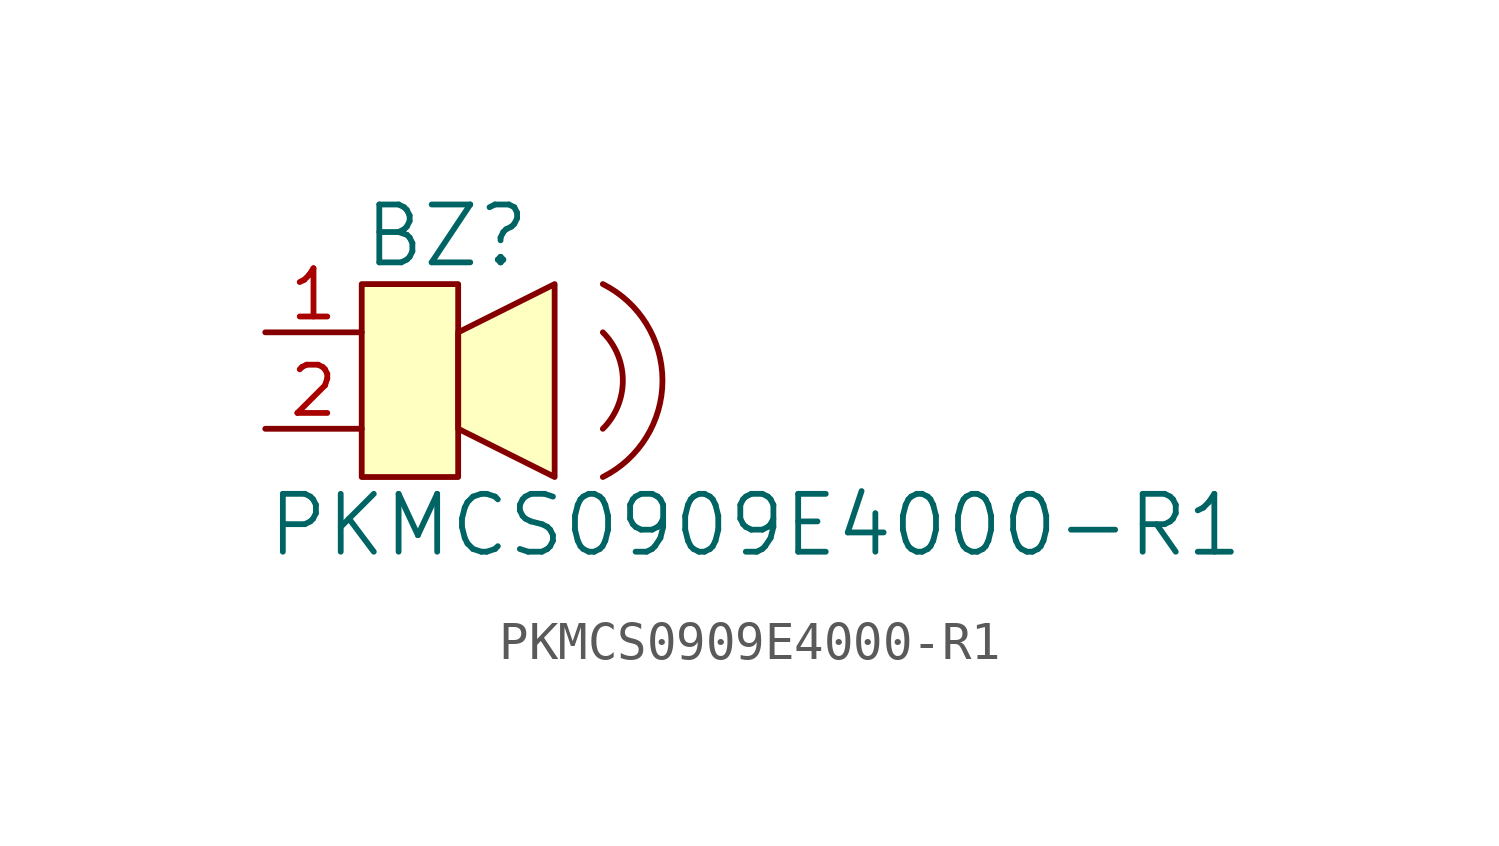
<source format=kicad_sym>
(kicad_symbol_lib
  (version 20201005)
  (generator kicad_symbol_editor)
  (symbol "PKMCS0909E4000-R1"
    (pin_names
      (offset 0.025))
    (property "Reference" "BZ"
      (at 0 5.08 0)
      (effects (font (size 1.524 1.524)) (justify left)))
    (property "Value" "PKMCS0909E4000-R1"
      (at -2.54 -2.54 0)
      (effects (font (size 1.524 1.524)) (justify left)))
    (symbol "PKMCS0909E4000-R1_0_1"
      (arc (start 6.35 2.54) (end 6.35 0) (radius (at 5.08 1.27) (length 1.8034) (angles 45 -45)) (stroke (width 0)) (fill (type none)))
      (arc (start 6.35 3.81) (end 6.35 -1.27) (radius (at 5.08 1.27) (length 2.8448) (angles 63.4 -63.4)) (stroke (width 0)) (fill (type none)))
      (rectangle (start 0 3.81) (end 2.54 -1.27) (stroke (width 0)) (fill (type background)))
      (polyline (pts (xy 2.54 2.54) (xy 5.08 3.81) (xy 5.08 -1.27) (xy 2.54 0) (xy 2.54 2.54)) (stroke (width 0)) (fill (type background))))
    (symbol "PKMCS0909E4000-R1_1_1"
      (pin input line (at -2.54 2.54 0) (length 2.54) (name "~" (effects (font (size 1.27 1.27)))) (number "1" (effects (font (size 1.27 1.27)))))
      (pin input line (at -2.54 0 0) (length 2.54) (name "~" (effects (font (size 1.27 1.27)))) (number "2" (effects (font (size 1.27 1.27))))))))
</source>
